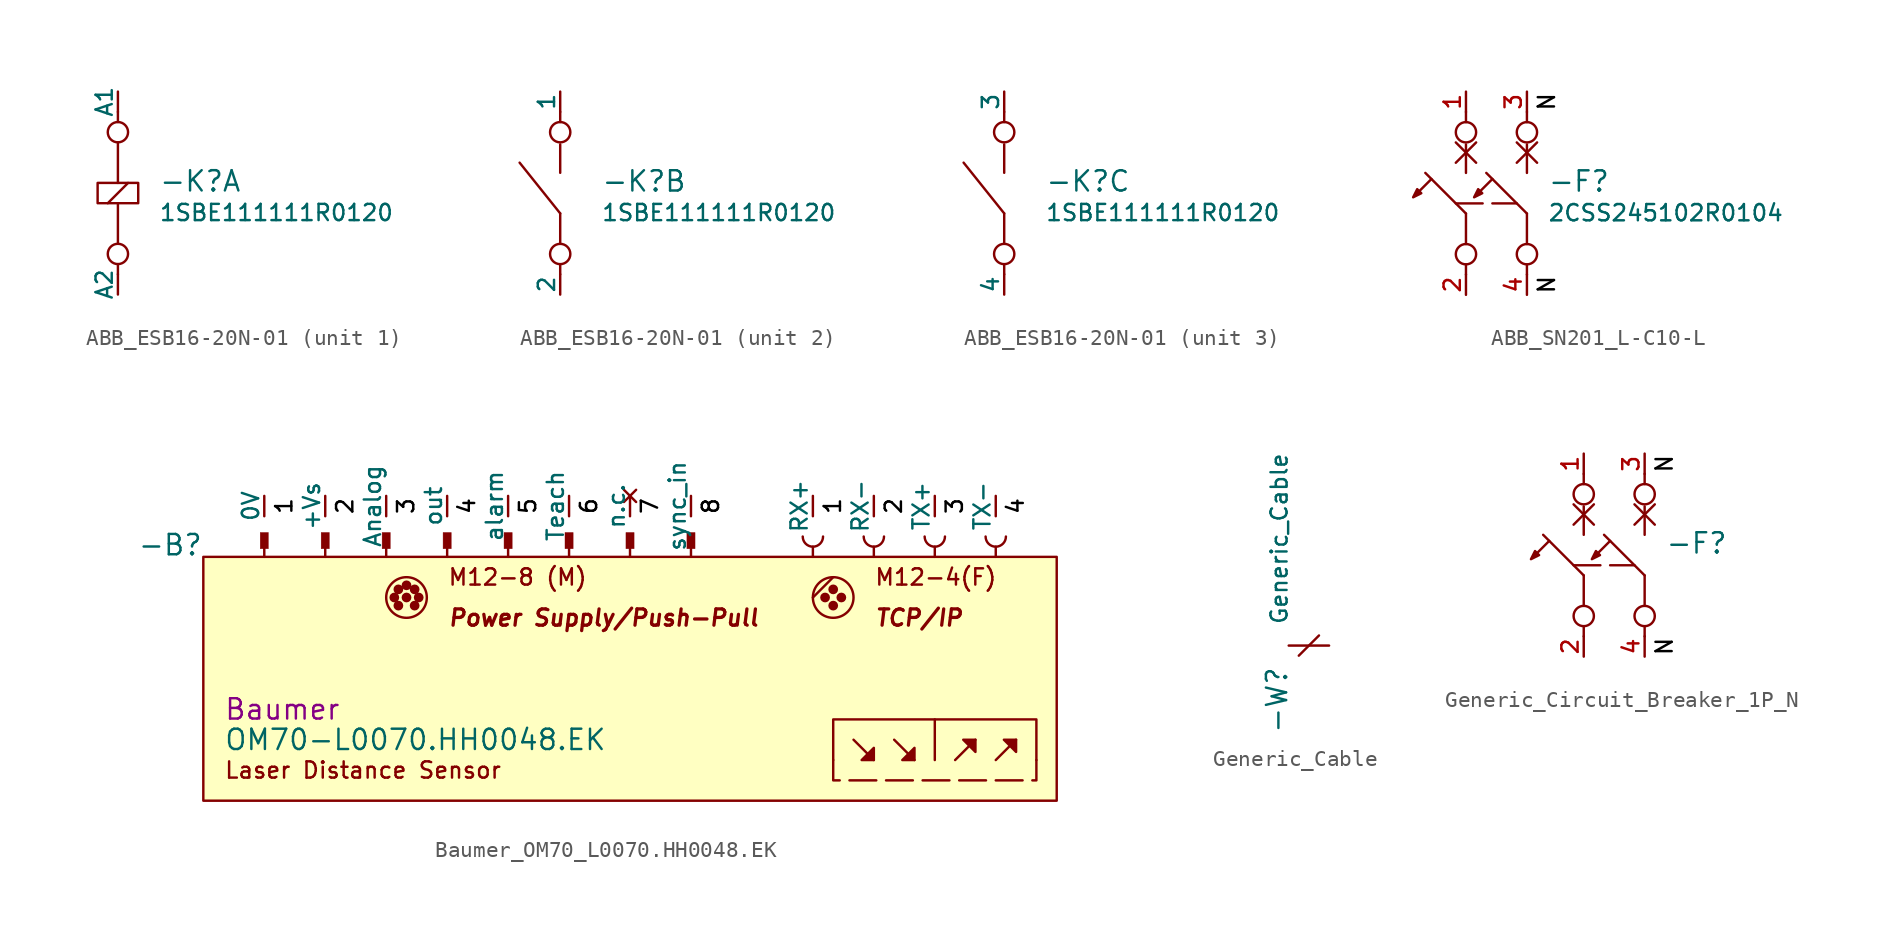
<source format=kicad_sym>
(kicad_symbol_lib
  (version 20231120)
  (generator "kicad_symbol_editor")
  (generator_version "8.0")
  (symbol "ABB_ESB16-20N-01"
    (pin_numbers hide)
    (pin_names
      (offset 0))
    (property "Reference" "-K"
      (at 2.54 0 0)
      (effects (font (size 1.27 1.27)) (justify left bottom)))
    (property "Value" "${PartNo}"
      (at 2.54 -0.635 0)
      (effects (font (size 1.016 1.016)) (justify left top)))
    (property "PartNo" "1SBE111111R0120"
      (at 10.795 0 0)
      (show_name)
      (effects (font (size 1.27 1.27)) (justify left) (hide yes)))
    (property "ki_locked" ""
      (at 0 0 0)
      (effects (font (size 1.27 1.27))))
    (symbol "ABB_ESB16-20N-01_1_1"
      (rectangle (start -1.27 0.635) (end 1.27 -0.635) (stroke (width 0) (type default)) (fill (type none)))
      (circle (center 0 -3.81) (radius 0.635) (stroke (width 0) (type default)) (fill (type none)))
      (polyline (pts (xy -0.635 -0.635) (xy 0.635 0.635)) (stroke (width 0) (type default)) (fill (type none)))
      (polyline (pts (xy 0 -5.08) (xy 0 -4.445)) (stroke (width 0) (type default)) (fill (type none)))
      (polyline (pts (xy 0 -0.635) (xy 0 -3.175)) (stroke (width 0) (type default)) (fill (type none)))
      (polyline (pts (xy 0 0.635) (xy 0 3.175)) (stroke (width 0) (type default)) (fill (type none)))
      (polyline (pts (xy 0 4.445) (xy 0 5.08)) (stroke (width 0) (type default)) (fill (type none)))
      (circle (center 0 3.81) (radius 0.635) (stroke (width 0) (type default)) (fill (type none)))
      (pin passive line (at 0 -6.35 90) (length 1.27) (name "A2" (effects (font (size 1.016 1.016)))) (number "5" (effects (font (size 1.016 1.016)))))
      (pin passive line (at 0 6.35 270) (length 1.27) (name "A1" (effects (font (size 1.016 1.016)))) (number "6" (effects (font (size 1.016 1.016))))))
    (symbol "ABB_ESB16-20N-01_2_1"
      (circle (center 0 -3.81) (radius 0.635) (stroke (width 0) (type default)) (fill (type none)))
      (polyline (pts (xy 0 -5.08) (xy 0 -4.445)) (stroke (width 0) (type default)) (fill (type none)))
      (polyline (pts (xy 0 -3.175) (xy 0 -1.27)) (stroke (width 0) (type default)) (fill (type none)))
      (polyline (pts (xy 0 -1.27) (xy -2.54 1.905)) (stroke (width 0) (type default)) (fill (type none)))
      (polyline (pts (xy 0 1.27) (xy 0 3.048)) (stroke (width 0) (type default)) (fill (type none)))
      (polyline (pts (xy 0 4.445) (xy 0 5.08)) (stroke (width 0) (type default)) (fill (type none)))
      (circle (center 0 3.81) (radius 0.635) (stroke (width 0) (type default)) (fill (type none)))
      (pin passive line (at 0 6.35 270) (length 1.27) (name "1" (effects (font (size 1.016 1.016)))) (number "1" (effects (font (size 1.016 1.016)))))
      (pin passive line (at 0 -6.35 90) (length 1.27) (name "2" (effects (font (size 1.016 1.016)))) (number "2" (effects (font (size 1.016 1.016))))))
    (symbol "ABB_ESB16-20N-01_3_1"
      (circle (center 0 -3.81) (radius 0.635) (stroke (width 0) (type default)) (fill (type none)))
      (polyline (pts (xy 0 -5.08) (xy 0 -4.445)) (stroke (width 0) (type default)) (fill (type none)))
      (polyline (pts (xy 0 -3.175) (xy 0 -1.27)) (stroke (width 0) (type default)) (fill (type none)))
      (polyline (pts (xy 0 -1.27) (xy -2.54 1.905)) (stroke (width 0) (type default)) (fill (type none)))
      (polyline (pts (xy 0 1.27) (xy 0 3.048)) (stroke (width 0) (type default)) (fill (type none)))
      (polyline (pts (xy 0 4.445) (xy 0 5.08)) (stroke (width 0) (type default)) (fill (type none)))
      (circle (center 0 3.81) (radius 0.635) (stroke (width 0) (type default)) (fill (type none)))
      (pin passive line (at 0 6.35 270) (length 1.27) (name "3" (effects (font (size 1.016 1.016)))) (number "1" (effects (font (size 1.016 1.016)))))
      (pin passive line (at 0 -6.35 90) (length 1.27) (name "4" (effects (font (size 1.016 1.016)))) (number "2" (effects (font (size 1.016 1.016)))))))
  (symbol "ABB_SN201_L-C10-L"
    (pin_names
      (offset 0) hide)
    (property "Reference" "-F"
      (at 5.08 0 0)
      (effects (font (size 1.27 1.27)) (justify left bottom)))
    (property "Value" "${PartNo}"
      (at 5.08 -0.635 0)
      (effects (font (size 1.016 1.016)) (justify left top)))
    (property "PartNo" "2CSS245102R0104"
      (at 22.225 0.635 0)
      (show_name)
      (effects (font (size 1.27 1.27)) (justify left) (hide yes)))
    (symbol "ABB_SN201_L-C10-L_1_1"
      (circle (center 0 -3.81) (radius 0.635) (stroke (width 0) (type default)) (fill (type none)))
      (polyline (pts (xy -2.159 0.889) (xy -3.048 0)) (stroke (width 0) (type default)) (fill (type none)))
      (polyline (pts (xy -0.635 -0.635) (xy 3.175 -0.635)) (stroke (width 0) (type dash)) (fill (type none)))
      (polyline (pts (xy -0.635 1.905) (xy 0.635 3.175)) (stroke (width 0) (type default)) (fill (type none)))
      (polyline (pts (xy 0 -5.08) (xy 0 -4.445)) (stroke (width 0) (type default)) (fill (type none)))
      (polyline (pts (xy 0 -3.175) (xy 0 -1.27)) (stroke (width 0) (type default)) (fill (type none)))
      (polyline (pts (xy 0 -1.27) (xy -2.54 1.27)) (stroke (width 0) (type default)) (fill (type none)))
      (polyline (pts (xy 0 1.27) (xy 0 3.048)) (stroke (width 0) (type default)) (fill (type none)))
      (polyline (pts (xy 0 4.445) (xy 0 5.08)) (stroke (width 0) (type default)) (fill (type none)))
      (polyline (pts (xy 0.635 1.905) (xy -0.635 3.175)) (stroke (width 0) (type default)) (fill (type none)))
      (polyline (pts (xy 1.651 0.889) (xy 0.762 0)) (stroke (width 0) (type default)) (fill (type none)))
      (polyline (pts (xy 3.175 1.905) (xy 4.445 3.175)) (stroke (width 0) (type default)) (fill (type none)))
      (polyline (pts (xy 3.81 -5.08) (xy 3.81 -4.445)) (stroke (width 0) (type default)) (fill (type none)))
      (polyline (pts (xy 3.81 -3.175) (xy 3.81 -1.27)) (stroke (width 0) (type default)) (fill (type none)))
      (polyline (pts (xy 3.81 -1.27) (xy 1.27 1.27)) (stroke (width 0) (type default)) (fill (type none)))
      (polyline (pts (xy 3.81 1.27) (xy 3.81 3.048)) (stroke (width 0) (type default)) (fill (type none)))
      (polyline (pts (xy 3.81 4.445) (xy 3.81 5.08)) (stroke (width 0) (type default)) (fill (type none)))
      (polyline (pts (xy 4.445 1.905) (xy 3.175 3.175)) (stroke (width 0) (type default)) (fill (type none)))
      (polyline (pts (xy -3.302 -0.254) (xy -2.794 0) (xy -3.048 0.254) (xy -3.302 -0.254)) (stroke (width 0) (type default)) (fill (type outline)))
      (polyline (pts (xy 0.508 -0.254) (xy 1.016 0) (xy 0.762 0.254) (xy 0.508 -0.254)) (stroke (width 0) (type default)) (fill (type outline)))
      (circle (center 0 3.81) (radius 0.635) (stroke (width 0) (type default)) (fill (type none)))
      (circle (center 3.81 -3.81) (radius 0.635) (stroke (width 0) (type default)) (fill (type none)))
      (circle (center 3.81 3.81) (radius 0.635) (stroke (width 0) (type default)) (fill (type none)))
      (text "N" (at 4.445 -5.715 900) (effects (font (size 1.016 1.016) (color 0 0 0 1)) (justify top)))
      (text "N" (at 4.445 5.715 900) (effects (font (size 1.016 1.016) (color 0 0 0 1)) (justify top)))
      (pin passive line (at 0 6.35 270) (length 1.27) (name "1" (effects (font (size 1.016 1.016)))) (number "1" (effects (font (size 1.016 1.016)))))
      (pin passive line (at 0 -6.35 90) (length 1.27) (name "2" (effects (font (size 1.016 1.016)))) (number "2" (effects (font (size 1.016 1.016)))))
      (pin passive line (at 3.81 6.35 270) (length 1.27) (name "3" (effects (font (size 1.016 1.016)))) (number "3" (effects (font (size 1.016 1.016)))))
      (pin passive line (at 3.81 -6.35 90) (length 1.27) (name "4" (effects (font (size 1.016 1.016)))) (number "4" (effects (font (size 1.016 1.016)))))))
  (symbol "Baumer_OM70_L0070.HH0048.EK"
    (pin_numbers hide)
    (pin_names
      (offset 0))
    (property "Reference" "-B"
      (at 0 0 0)
      (do_not_autoplace)
      (effects (font (size 1.27 1.27)) (justify right bottom)))
    (property "Value" "OM70-L0070.HH0048.EK"
      (at 1.27 -11.43 0)
      (do_not_autoplace)
      (effects (font (size 1.27 1.27)) (justify left)))
    (property "Manufacturer" "Baumer"
      (at 1.27 -9.525 0)
      (do_not_autoplace)
      (effects (font (size 1.27 1.27)) (justify left)))
    (symbol "Baumer_OM70_L0070.HH0048.EK_0_0"
      (polyline (pts (xy 40.64 -11.43) (xy 41.91 -12.7)) (stroke (width 0) (type default)) (fill (type none)))
      (polyline (pts (xy 43.18 -11.43) (xy 44.45 -12.7)) (stroke (width 0) (type default)) (fill (type none)))
      (polyline (pts (xy 46.99 -12.7) (xy 48.26 -11.43)) (stroke (width 0) (type default)) (fill (type none)))
      (polyline (pts (xy 49.53 -12.7) (xy 50.8 -11.43)) (stroke (width 0) (type default)) (fill (type none)))
      (rectangle (start 0 0) (end 53.34 -15.24) (stroke (width 0) (type default)) (fill (type background))))
    (symbol "Baumer_OM70_L0070.HH0048.EK_1_0"
      (polyline (pts (xy 38.1 -2.54) (xy 39.37 -1.27)) (stroke (width 0) (type default)) (fill (type none)))
      (polyline (pts (xy 45.72 -10.16) (xy 45.72 -12.7)) (stroke (width 0) (type default)) (fill (type none)))
      (polyline (pts (xy 39.37 -12.7) (xy 39.37 -13.97) (xy 52.07 -13.97) (xy 52.07 -12.7)) (stroke (width 0) (type dash)) (fill (type none)))
      (polyline (pts (xy 39.37 -12.7) (xy 39.37 -10.16) (xy 52.07 -10.16) (xy 52.07 -12.7)) (stroke (width 0) (type default)) (fill (type none)))
      (polyline (pts (xy 41.91 -12.7) (xy 41.148 -12.7) (xy 41.91 -11.938) (xy 41.91 -12.7)) (stroke (width 0) (type default)) (fill (type outline)))
      (polyline (pts (xy 44.45 -12.7) (xy 43.688 -12.7) (xy 44.45 -11.938) (xy 44.45 -12.7)) (stroke (width 0) (type default)) (fill (type outline)))
      (polyline (pts (xy 48.26 -11.43) (xy 47.498 -11.43) (xy 48.26 -12.192) (xy 48.26 -11.43)) (stroke (width 0) (type default)) (fill (type outline)))
      (polyline (pts (xy 50.8 -11.43) (xy 50.038 -11.43) (xy 50.8 -12.192) (xy 50.8 -11.43)) (stroke (width 0) (type default)) (fill (type outline)))
      (circle (center 11.938 -2.54) (radius 0.0001) (stroke (width 0.305) (type default)) (fill (type none)))
      (circle (center 12.192 -3.048) (radius 0.0001) (stroke (width 0.305) (type default)) (fill (type none)))
      (circle (center 12.192 -2.032) (radius 0.0001) (stroke (width 0.305) (type default)) (fill (type none)))
      (circle (center 12.7 -2.54) (radius 0.0001) (stroke (width 0.305) (type default)) (fill (type none)))
      (circle (center 12.7 -2.54) (radius 1.27) (stroke (width 0) (type default)) (fill (type none)))
      (circle (center 12.7 -1.778) (radius 0.0001) (stroke (width 0.305) (type default)) (fill (type none)))
      (circle (center 13.208 -3.048) (radius 0.0001) (stroke (width 0.305) (type default)) (fill (type none)))
      (circle (center 13.208 -2.032) (radius 0.0001) (stroke (width 0.305) (type default)) (fill (type none)))
      (circle (center 13.462 -2.54) (radius 0.0001) (stroke (width 0.305) (type default)) (fill (type none)))
      (circle (center 38.862 -2.54) (radius 0.0001) (stroke (width 0.305) (type default)) (fill (type none)))
      (circle (center 39.37 -3.048) (radius 0.0001) (stroke (width 0.305) (type default)) (fill (type none)))
      (circle (center 39.37 -2.54) (radius 1.27) (stroke (width 0) (type default)) (fill (type none)))
      (circle (center 39.37 -2.032) (radius 0.0001) (stroke (width 0.305) (type default)) (fill (type none)))
      (circle (center 39.878 -2.54) (radius 0.0001) (stroke (width 0.305) (type default)) (fill (type none)))
      (text "1" (at 4.445 3.175 900) (effects (font (size 1.016 1.016) (color 0 0 0 1)) (justify top)))
      (text "1" (at 38.735 3.175 900) (effects (font (size 1.016 1.016) (color 0 0 0 1)) (justify top)))
      (text "2" (at 8.255 3.175 900) (effects (font (size 1.016 1.016) (color 0 0 0 1)) (justify top)))
      (text "2" (at 42.545 3.175 900) (effects (font (size 1.016 1.016) (color 0 0 0 1)) (justify top)))
      (text "3" (at 12.065 3.175 900) (effects (font (size 1.016 1.016) (color 0 0 0 1)) (justify top)))
      (text "3" (at 46.355 3.175 900) (effects (font (size 1.016 1.016) (color 0 0 0 1)) (justify top)))
      (text "4" (at 15.875 3.175 900) (effects (font (size 1.016 1.016) (color 0 0 0 1)) (justify top)))
      (text "4" (at 50.165 3.175 900) (effects (font (size 1.016 1.016) (color 0 0 0 1)) (justify top)))
      (text "5" (at 19.685 3.175 900) (effects (font (size 1.016 1.016) (color 0 0 0 1)) (justify top)))
      (text "6" (at 23.495 3.175 900) (effects (font (size 1.016 1.016) (color 0 0 0 1)) (justify top)))
      (text "7" (at 27.305 3.175 900) (effects (font (size 1.016 1.016) (color 0 0 0 1)) (justify top)))
      (text "8" (at 31.115 3.175 900) (effects (font (size 1.016 1.016) (color 0 0 0 1)) (justify top)))
      (text "Laser Distance Sensor" (at 1.27 -13.335 0) (effects (font (size 1.016 1.016)) (justify left)))
      (text "M12-4(F)" (at 41.91 -1.27 0) (effects (font (size 1.016 1.016)) (justify left)))
      (text "M12-8 (M)" (at 15.24 -1.27 0) (effects (font (size 1.016 1.016)) (justify left)))
      (text "Power Supply/Push-Pull" (at 15.24 -3.81 0) (effects (font (size 1.016 1.016) (bold yes) (italic yes)) (justify left)))
      (text "TCP/IP" (at 41.91 -3.81 0) (effects (font (size 1.016 1.016) (bold yes) (italic yes)) (justify left))))
    (symbol "Baumer_OM70_L0070.HH0048.EK_1_1"
      (polyline (pts (xy 3.81 1.27) (xy 3.81 0)) (stroke (width 0) (type default)) (fill (type none)))
      (polyline (pts (xy 7.62 1.27) (xy 7.62 0)) (stroke (width 0) (type default)) (fill (type none)))
      (polyline (pts (xy 11.43 1.27) (xy 11.43 0)) (stroke (width 0) (type default)) (fill (type none)))
      (polyline (pts (xy 15.24 1.27) (xy 15.24 0)) (stroke (width 0) (type default)) (fill (type none)))
      (polyline (pts (xy 19.05 1.27) (xy 19.05 0)) (stroke (width 0) (type default)) (fill (type none)))
      (polyline (pts (xy 22.86 1.27) (xy 22.86 0)) (stroke (width 0) (type default)) (fill (type none)))
      (polyline (pts (xy 26.67 1.27) (xy 26.67 0)) (stroke (width 0) (type default)) (fill (type none)))
      (polyline (pts (xy 30.48 1.27) (xy 30.48 0)) (stroke (width 0) (type default)) (fill (type none)))
      (polyline (pts (xy 38.1 0.635) (xy 38.1 0)) (stroke (width 0) (type default)) (fill (type none)))
      (polyline (pts (xy 41.91 0.635) (xy 41.91 0)) (stroke (width 0) (type default)) (fill (type none)))
      (polyline (pts (xy 45.72 0.635) (xy 45.72 0)) (stroke (width 0) (type default)) (fill (type none)))
      (polyline (pts (xy 49.53 0.635) (xy 49.53 0)) (stroke (width 0) (type default)) (fill (type none)))
      (rectangle (start 4.064 1.524) (end 3.556 0.508) (stroke (width 0.025) (type default)) (fill (type outline)))
      (rectangle (start 7.874 1.524) (end 7.366 0.508) (stroke (width 0.025) (type default)) (fill (type outline)))
      (rectangle (start 11.684 1.524) (end 11.176 0.508) (stroke (width 0.025) (type default)) (fill (type outline)))
      (rectangle (start 15.494 1.524) (end 14.986 0.508) (stroke (width 0.025) (type default)) (fill (type outline)))
      (rectangle (start 19.304 1.524) (end 18.796 0.508) (stroke (width 0.025) (type default)) (fill (type outline)))
      (rectangle (start 23.114 1.524) (end 22.606 0.508) (stroke (width 0.025) (type default)) (fill (type outline)))
      (rectangle (start 26.924 1.524) (end 26.416 0.508) (stroke (width 0.025) (type default)) (fill (type outline)))
      (rectangle (start 30.734 1.524) (end 30.226 0.508) (stroke (width 0.025) (type default)) (fill (type outline)))
      (arc (start 37.465 1.27) (mid 38.1 0.635) (end 38.735 1.27) (stroke (width 0) (type default)) (fill (type none)))
      (arc (start 41.275 1.27) (mid 41.91 0.635) (end 42.545 1.27) (stroke (width 0) (type default)) (fill (type none)))
      (arc (start 45.085 1.27) (mid 45.72 0.635) (end 46.355 1.27) (stroke (width 0) (type default)) (fill (type none)))
      (arc (start 48.895 1.27) (mid 49.53 0.635) (end 50.165 1.27) (stroke (width 0) (type default)) (fill (type none)))
      (pin input line (at 22.86 3.81 270) (length 1.27) (name "Teach" (effects (font (size 1.016 1.016)))) (number "1" (effects (font (size 1.016 1.016)))))
      (pin input line (at 41.91 3.81 270) (length 1.27) (name "RX-" (effects (font (size 1.016 1.016)))) (number "10" (effects (font (size 1.016 1.016)))))
      (pin input line (at 45.72 3.81 270) (length 1.27) (name "TX+" (effects (font (size 1.016 1.016)))) (number "11" (effects (font (size 1.016 1.016)))))
      (pin input line (at 49.53 3.81 270) (length 1.27) (name "TX-" (effects (font (size 1.016 1.016)))) (number "12" (effects (font (size 1.016 1.016)))))
      (pin power_in line (at 7.62 3.81 270) (length 1.27) (name "+Vs" (effects (font (size 1.016 1.016)))) (number "2" (effects (font (size 1.016 1.016)))))
      (pin input line (at 11.43 3.81 270) (length 1.27) (name "Analog" (effects (font (size 1.016 1.016)))) (number "3" (effects (font (size 1.016 1.016)))))
      (pin output line (at 15.24 3.81 270) (length 1.27) (name "out" (effects (font (size 1.016 1.016)))) (number "4" (effects (font (size 1.016 1.016)))))
      (pin output line (at 19.05 3.81 270) (length 1.27) (name "alarm" (effects (font (size 1.016 1.016)))) (number "5" (effects (font (size 1.016 1.016)))))
      (pin no_connect line (at 26.67 3.81 270) (length 1.27) (name "n.c." (effects (font (size 1.016 1.016)))) (number "6" (effects (font (size 1.016 1.016)))))
      (pin power_in line (at 3.81 3.81 270) (length 1.27) (name "0V" (effects (font (size 1.016 1.016)))) (number "7" (effects (font (size 1.016 1.016)))))
      (pin input line (at 30.48 3.81 270) (length 1.27) (name "sync_in" (effects (font (size 1.016 1.016)))) (number "8" (effects (font (size 1.016 1.016)))))
      (pin input line (at 38.1 3.81 270) (length 1.27) (name "RX+" (effects (font (size 1.016 1.016)))) (number "9" (effects (font (size 1.016 1.016)))))))
  (symbol "Generic_Cable"
    (pin_numbers hide)
    (pin_names hide)
    (property "Reference" "-W"
      (at -1.27 -1.27 90)
      (do_not_autoplace)
      (effects (font (size 1.27 1.27)) (justify right bottom)))
    (property "Value" "Generic_Cable"
      (at -1.27 1.27 90)
      (do_not_autoplace)
      (effects (font (size 1.016 1.016)) (justify left bottom)))
    (symbol "Generic_Cable_0_1"
      (polyline (pts (xy -0.635 -0.635) (xy 0.635 0.635)) (stroke (width 0) (type default)) (fill (type none)))
      (polyline (pts (xy 1.27 0) (xy -1.27 0)) (stroke (width 0) (type default)) (fill (type none)))))
  (symbol "Generic_Circuit_Breaker_1P_N"
    (pin_names
      (offset 0) hide)
    (property "Reference" "-F"
      (at 5.08 0 0)
      (effects (font (size 1.27 1.27)) (justify left bottom)))
    (property "Value" ""
      (at 5.08 -0.635 0)
      (effects (font (size 1.016 1.016)) (justify left top)))
    (symbol "Generic_Circuit_Breaker_1P_N_1_1"
      (circle (center 0 -3.81) (radius 0.635) (stroke (width 0) (type default)) (fill (type none)))
      (polyline (pts (xy -2.159 0.889) (xy -3.048 0)) (stroke (width 0) (type default)) (fill (type none)))
      (polyline (pts (xy -0.635 -0.635) (xy 3.175 -0.635)) (stroke (width 0) (type dash)) (fill (type none)))
      (polyline (pts (xy -0.635 1.905) (xy 0.635 3.175)) (stroke (width 0) (type default)) (fill (type none)))
      (polyline (pts (xy 0 -5.08) (xy 0 -4.445)) (stroke (width 0) (type default)) (fill (type none)))
      (polyline (pts (xy 0 -3.175) (xy 0 -1.27)) (stroke (width 0) (type default)) (fill (type none)))
      (polyline (pts (xy 0 -1.27) (xy -2.54 1.27)) (stroke (width 0) (type default)) (fill (type none)))
      (polyline (pts (xy 0 1.27) (xy 0 3.048)) (stroke (width 0) (type default)) (fill (type none)))
      (polyline (pts (xy 0 4.445) (xy 0 5.08)) (stroke (width 0) (type default)) (fill (type none)))
      (polyline (pts (xy 0.635 1.905) (xy -0.635 3.175)) (stroke (width 0) (type default)) (fill (type none)))
      (polyline (pts (xy 1.651 0.889) (xy 0.762 0)) (stroke (width 0) (type default)) (fill (type none)))
      (polyline (pts (xy 3.175 1.905) (xy 4.445 3.175)) (stroke (width 0) (type default)) (fill (type none)))
      (polyline (pts (xy 3.81 -5.08) (xy 3.81 -4.445)) (stroke (width 0) (type default)) (fill (type none)))
      (polyline (pts (xy 3.81 -3.175) (xy 3.81 -1.27)) (stroke (width 0) (type default)) (fill (type none)))
      (polyline (pts (xy 3.81 -1.27) (xy 1.27 1.27)) (stroke (width 0) (type default)) (fill (type none)))
      (polyline (pts (xy 3.81 1.27) (xy 3.81 3.048)) (stroke (width 0) (type default)) (fill (type none)))
      (polyline (pts (xy 3.81 4.445) (xy 3.81 5.08)) (stroke (width 0) (type default)) (fill (type none)))
      (polyline (pts (xy 4.445 1.905) (xy 3.175 3.175)) (stroke (width 0) (type default)) (fill (type none)))
      (polyline (pts (xy -3.302 -0.254) (xy -2.794 0) (xy -3.048 0.254) (xy -3.302 -0.254)) (stroke (width 0) (type default)) (fill (type outline)))
      (polyline (pts (xy 0.508 -0.254) (xy 1.016 0) (xy 0.762 0.254) (xy 0.508 -0.254)) (stroke (width 0) (type default)) (fill (type outline)))
      (circle (center 0 3.81) (radius 0.635) (stroke (width 0) (type default)) (fill (type none)))
      (circle (center 3.81 -3.81) (radius 0.635) (stroke (width 0) (type default)) (fill (type none)))
      (circle (center 3.81 3.81) (radius 0.635) (stroke (width 0) (type default)) (fill (type none)))
      (text "N" (at 4.445 -5.715 900) (effects (font (size 1.016 1.016) (color 0 0 0 1)) (justify top)))
      (text "N" (at 4.445 5.715 900) (effects (font (size 1.016 1.016) (color 0 0 0 1)) (justify top)))
      (pin passive line (at 0 6.35 270) (length 1.27) (name "1" (effects (font (size 1.016 1.016)))) (number "1" (effects (font (size 1.016 1.016)))))
      (pin passive line (at 0 -6.35 90) (length 1.27) (name "2" (effects (font (size 1.016 1.016)))) (number "2" (effects (font (size 1.016 1.016)))))
      (pin passive line (at 3.81 6.35 270) (length 1.27) (name "3" (effects (font (size 1.016 1.016)))) (number "3" (effects (font (size 1.016 1.016)))))
      (pin passive line (at 3.81 -6.35 90) (length 1.27) (name "4" (effects (font (size 1.016 1.016)))) (number "4" (effects (font (size 1.016 1.016))))))))
</source>
